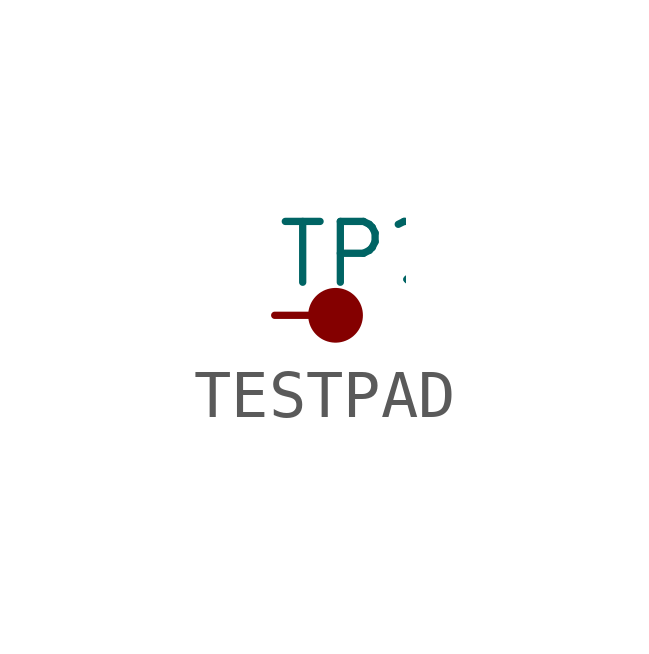
<source format=kicad_sym>
(kicad_symbol_lib
  (version 20211014)
  (generator kicad_symbol_editor)
  (symbol "TESTPAD"
    (pin_numbers hide)
    (pin_names
      (offset 1.016) hide)
    (property "Reference" "TP"
      (at 0 1.27 0)
      (effects (font (size 1.27 1.27)) (justify left)))
    (symbol "TESTPAD_0_1"
      (polyline (pts (xy 1.27 0) (xy 1.27 0)) (stroke (width 1.143) (type default) (color 0 0 0 0)) (fill (type none))))
    (symbol "TESTPAD_1_1"
      (pin input line (at 0 0 0) (length 1.27) (name "TP" (effects (font (size 1.27 1.27)))) (number "1" (effects (font (size 1.27 1.27))))))))
</source>
